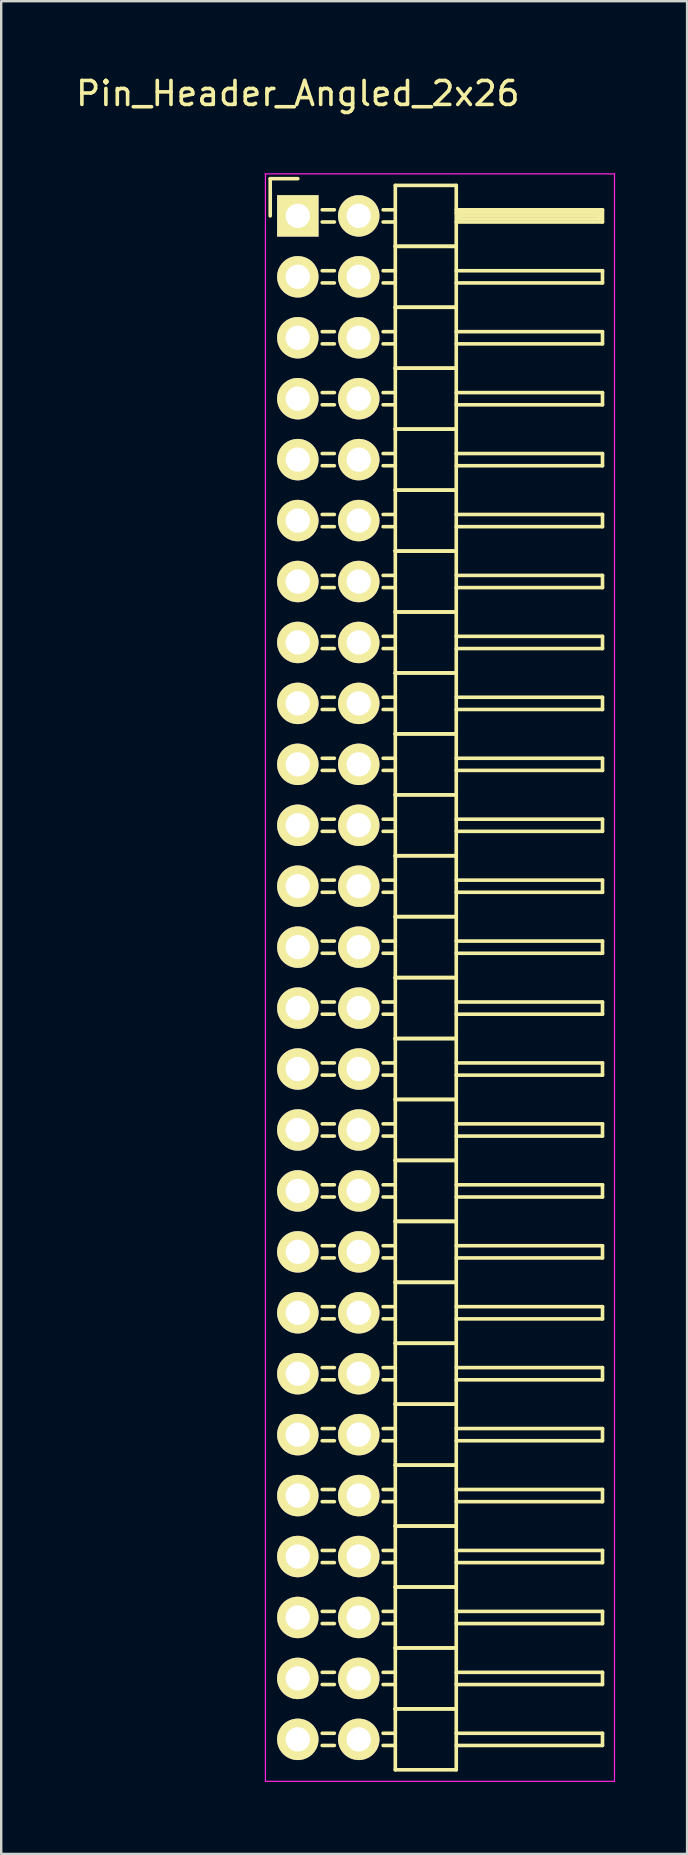
<source format=kicad_pcb>
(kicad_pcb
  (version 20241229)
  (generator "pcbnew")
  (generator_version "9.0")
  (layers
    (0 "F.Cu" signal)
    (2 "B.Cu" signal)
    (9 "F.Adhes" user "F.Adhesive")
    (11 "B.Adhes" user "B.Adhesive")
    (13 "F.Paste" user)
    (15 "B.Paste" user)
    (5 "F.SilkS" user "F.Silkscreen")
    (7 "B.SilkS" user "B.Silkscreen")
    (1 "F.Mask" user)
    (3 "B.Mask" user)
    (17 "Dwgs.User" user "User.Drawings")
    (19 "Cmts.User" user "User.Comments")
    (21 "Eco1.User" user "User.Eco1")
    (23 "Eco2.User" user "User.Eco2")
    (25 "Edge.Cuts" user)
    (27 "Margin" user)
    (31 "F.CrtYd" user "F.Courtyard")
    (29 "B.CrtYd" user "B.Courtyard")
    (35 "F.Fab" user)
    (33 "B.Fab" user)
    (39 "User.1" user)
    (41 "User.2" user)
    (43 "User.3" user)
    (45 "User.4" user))
  (footprint "Pin_Header_Angled_2x26"
    (layer "F.Cu")
    (at 9.363 5.948)
    (property "Reference" "Pin_Header_Angled_2x26" (at 0 -5.1 0) (layer "F.SilkS") (effects (font (size 1 1) (thickness 0.15))))
    (attr through_hole)
    (fp_line (start -1.15 -1.55) (end -1.15 0) (stroke (width 0.15) (type solid)) (layer "F.SilkS"))
    (fp_line (start 0 -1.55) (end -1.15 -1.55) (stroke (width 0.15) (type solid)) (layer "F.SilkS"))
    (fp_line (start 1.524 -0.254) (end 1.016 -0.254) (stroke (width 0.15) (type solid)) (layer "F.SilkS"))
    (fp_line (start 1.524 0.254) (end 1.016 0.254) (stroke (width 0.15) (type solid)) (layer "F.SilkS"))
    (fp_line (start 1.524 2.286) (end 1.016 2.286) (stroke (width 0.15) (type solid)) (layer "F.SilkS"))
    (fp_line (start 1.524 2.794) (end 1.016 2.794) (stroke (width 0.15) (type solid)) (layer "F.SilkS"))
    (fp_line (start 1.524 4.826) (end 1.016 4.826) (stroke (width 0.15) (type solid)) (layer "F.SilkS"))
    (fp_line (start 1.524 5.334) (end 1.016 5.334) (stroke (width 0.15) (type solid)) (layer "F.SilkS"))
    (fp_line (start 1.524 7.366) (end 1.016 7.366) (stroke (width 0.15) (type solid)) (layer "F.SilkS"))
    (fp_line (start 1.524 7.874) (end 1.016 7.874) (stroke (width 0.15) (type solid)) (layer "F.SilkS"))
    (fp_line (start 1.524 9.906) (end 1.016 9.906) (stroke (width 0.15) (type solid)) (layer "F.SilkS"))
    (fp_line (start 1.524 10.414) (end 1.016 10.414) (stroke (width 0.15) (type solid)) (layer "F.SilkS"))
    (fp_line (start 1.524 12.446) (end 1.016 12.446) (stroke (width 0.15) (type solid)) (layer "F.SilkS"))
    (fp_line (start 1.524 12.954) (end 1.016 12.954) (stroke (width 0.15) (type solid)) (layer "F.SilkS"))
    (fp_line (start 1.524 14.986) (end 1.016 14.986) (stroke (width 0.15) (type solid)) (layer "F.SilkS"))
    (fp_line (start 1.524 15.494) (end 1.016 15.494) (stroke (width 0.15) (type solid)) (layer "F.SilkS"))
    (fp_line (start 1.524 17.526) (end 1.016 17.526) (stroke (width 0.15) (type solid)) (layer "F.SilkS"))
    (fp_line (start 1.524 18.034) (end 1.016 18.034) (stroke (width 0.15) (type solid)) (layer "F.SilkS"))
    (fp_line (start 1.524 20.066) (end 1.016 20.066) (stroke (width 0.15) (type solid)) (layer "F.SilkS"))
    (fp_line (start 1.524 20.574) (end 1.016 20.574) (stroke (width 0.15) (type solid)) (layer "F.SilkS"))
    (fp_line (start 1.524 22.606) (end 1.016 22.606) (stroke (width 0.15) (type solid)) (layer "F.SilkS"))
    (fp_line (start 1.524 23.114) (end 1.016 23.114) (stroke (width 0.15) (type solid)) (layer "F.SilkS"))
    (fp_line (start 1.524 25.146) (end 1.016 25.146) (stroke (width 0.15) (type solid)) (layer "F.SilkS"))
    (fp_line (start 1.524 25.654) (end 1.016 25.654) (stroke (width 0.15) (type solid)) (layer "F.SilkS"))
    (fp_line (start 1.524 27.686) (end 1.016 27.686) (stroke (width 0.15) (type solid)) (layer "F.SilkS"))
    (fp_line (start 1.524 28.194) (end 1.016 28.194) (stroke (width 0.15) (type solid)) (layer "F.SilkS"))
    (fp_line (start 1.524 30.226) (end 1.016 30.226) (stroke (width 0.15) (type solid)) (layer "F.SilkS"))
    (fp_line (start 1.524 30.734) (end 1.016 30.734) (stroke (width 0.15) (type solid)) (layer "F.SilkS"))
    (fp_line (start 1.524 32.766) (end 1.016 32.766) (stroke (width 0.15) (type solid)) (layer "F.SilkS"))
    (fp_line (start 1.524 33.274) (end 1.016 33.274) (stroke (width 0.15) (type solid)) (layer "F.SilkS"))
    (fp_line (start 1.524 35.306) (end 1.016 35.306) (stroke (width 0.15) (type solid)) (layer "F.SilkS"))
    (fp_line (start 1.524 35.814) (end 1.016 35.814) (stroke (width 0.15) (type solid)) (layer "F.SilkS"))
    (fp_line (start 1.524 37.846) (end 1.016 37.846) (stroke (width 0.15) (type solid)) (layer "F.SilkS"))
    (fp_line (start 1.524 38.354) (end 1.016 38.354) (stroke (width 0.15) (type solid)) (layer "F.SilkS"))
    (fp_line (start 1.524 40.386) (end 1.016 40.386) (stroke (width 0.15) (type solid)) (layer "F.SilkS"))
    (fp_line (start 1.524 40.894) (end 1.016 40.894) (stroke (width 0.15) (type solid)) (layer "F.SilkS"))
    (fp_line (start 1.524 42.926) (end 1.016 42.926) (stroke (width 0.15) (type solid)) (layer "F.SilkS"))
    (fp_line (start 1.524 43.434) (end 1.016 43.434) (stroke (width 0.15) (type solid)) (layer "F.SilkS"))
    (fp_line (start 1.524 45.466) (end 1.016 45.466) (stroke (width 0.15) (type solid)) (layer "F.SilkS"))
    (fp_line (start 1.524 45.974) (end 1.016 45.974) (stroke (width 0.15) (type solid)) (layer "F.SilkS"))
    (fp_line (start 1.524 48.006) (end 1.016 48.006) (stroke (width 0.15) (type solid)) (layer "F.SilkS"))
    (fp_line (start 1.524 48.514) (end 1.016 48.514) (stroke (width 0.15) (type solid)) (layer "F.SilkS"))
    (fp_line (start 1.524 50.546) (end 1.016 50.546) (stroke (width 0.15) (type solid)) (layer "F.SilkS"))
    (fp_line (start 1.524 51.054) (end 1.016 51.054) (stroke (width 0.15) (type solid)) (layer "F.SilkS"))
    (fp_line (start 1.524 53.086) (end 1.016 53.086) (stroke (width 0.15) (type solid)) (layer "F.SilkS"))
    (fp_line (start 1.524 53.594) (end 1.016 53.594) (stroke (width 0.15) (type solid)) (layer "F.SilkS"))
    (fp_line (start 1.524 55.626) (end 1.016 55.626) (stroke (width 0.15) (type solid)) (layer "F.SilkS"))
    (fp_line (start 1.524 56.134) (end 1.016 56.134) (stroke (width 0.15) (type solid)) (layer "F.SilkS"))
    (fp_line (start 1.524 58.166) (end 1.016 58.166) (stroke (width 0.15) (type solid)) (layer "F.SilkS"))
    (fp_line (start 1.524 58.674) (end 1.016 58.674) (stroke (width 0.15) (type solid)) (layer "F.SilkS"))
    (fp_line (start 1.524 60.706) (end 1.016 60.706) (stroke (width 0.15) (type solid)) (layer "F.SilkS"))
    (fp_line (start 1.524 61.214) (end 1.016 61.214) (stroke (width 0.15) (type solid)) (layer "F.SilkS"))
    (fp_line (start 1.524 63.246) (end 1.016 63.246) (stroke (width 0.15) (type solid)) (layer "F.SilkS"))
    (fp_line (start 1.524 63.754) (end 1.016 63.754) (stroke (width 0.15) (type solid)) (layer "F.SilkS"))
    (fp_line (start 4.064 -1.27) (end 4.064 1.27) (stroke (width 0.15) (type solid)) (layer "F.SilkS"))
    (fp_line (start 4.064 -1.27) (end 6.604 -1.27) (stroke (width 0.15) (type solid)) (layer "F.SilkS"))
    (fp_line (start 4.064 -0.254) (end 3.556 -0.254) (stroke (width 0.15) (type solid)) (layer "F.SilkS"))
    (fp_line (start 4.064 0.254) (end 3.556 0.254) (stroke (width 0.15) (type solid)) (layer "F.SilkS"))
    (fp_line (start 4.064 1.27) (end 4.064 3.81) (stroke (width 0.15) (type solid)) (layer "F.SilkS"))
    (fp_line (start 4.064 1.27) (end 6.604 1.27) (stroke (width 0.15) (type solid)) (layer "F.SilkS"))
    (fp_line (start 4.064 1.27) (end 6.604 1.27) (stroke (width 0.15) (type solid)) (layer "F.SilkS"))
    (fp_line (start 4.064 2.286) (end 3.556 2.286) (stroke (width 0.15) (type solid)) (layer "F.SilkS"))
    (fp_line (start 4.064 2.794) (end 3.556 2.794) (stroke (width 0.15) (type solid)) (layer "F.SilkS"))
    (fp_line (start 4.064 3.81) (end 4.064 6.35) (stroke (width 0.15) (type solid)) (layer "F.SilkS"))
    (fp_line (start 4.064 3.81) (end 6.604 3.81) (stroke (width 0.15) (type solid)) (layer "F.SilkS"))
    (fp_line (start 4.064 3.81) (end 6.604 3.81) (stroke (width 0.15) (type solid)) (layer "F.SilkS"))
    (fp_line (start 4.064 4.826) (end 3.556 4.826) (stroke (width 0.15) (type solid)) (layer "F.SilkS"))
    (fp_line (start 4.064 5.334) (end 3.556 5.334) (stroke (width 0.15) (type solid)) (layer "F.SilkS"))
    (fp_line (start 4.064 6.35) (end 4.064 8.89) (stroke (width 0.15) (type solid)) (layer "F.SilkS"))
    (fp_line (start 4.064 6.35) (end 6.604 6.35) (stroke (width 0.15) (type solid)) (layer "F.SilkS"))
    (fp_line (start 4.064 6.35) (end 6.604 6.35) (stroke (width 0.15) (type solid)) (layer "F.SilkS"))
    (fp_line (start 4.064 7.366) (end 3.556 7.366) (stroke (width 0.15) (type solid)) (layer "F.SilkS"))
    (fp_line (start 4.064 7.874) (end 3.556 7.874) (stroke (width 0.15) (type solid)) (layer "F.SilkS"))
    (fp_line (start 4.064 8.89) (end 4.064 11.43) (stroke (width 0.15) (type solid)) (layer "F.SilkS"))
    (fp_line (start 4.064 8.89) (end 6.604 8.89) (stroke (width 0.15) (type solid)) (layer "F.SilkS"))
    (fp_line (start 4.064 8.89) (end 6.604 8.89) (stroke (width 0.15) (type solid)) (layer "F.SilkS"))
    (fp_line (start 4.064 9.906) (end 3.556 9.906) (stroke (width 0.15) (type solid)) (layer "F.SilkS"))
    (fp_line (start 4.064 10.414) (end 3.556 10.414) (stroke (width 0.15) (type solid)) (layer "F.SilkS"))
    (fp_line (start 4.064 11.43) (end 4.064 13.97) (stroke (width 0.15) (type solid)) (layer "F.SilkS"))
    (fp_line (start 4.064 11.43) (end 6.604 11.43) (stroke (width 0.15) (type solid)) (layer "F.SilkS"))
    (fp_line (start 4.064 11.43) (end 6.604 11.43) (stroke (width 0.15) (type solid)) (layer "F.SilkS"))
    (fp_line (start 4.064 12.446) (end 3.556 12.446) (stroke (width 0.15) (type solid)) (layer "F.SilkS"))
    (fp_line (start 4.064 12.954) (end 3.556 12.954) (stroke (width 0.15) (type solid)) (layer "F.SilkS"))
    (fp_line (start 4.064 13.97) (end 4.064 16.51) (stroke (width 0.15) (type solid)) (layer "F.SilkS"))
    (fp_line (start 4.064 13.97) (end 6.604 13.97) (stroke (width 0.15) (type solid)) (layer "F.SilkS"))
    (fp_line (start 4.064 13.97) (end 6.604 13.97) (stroke (width 0.15) (type solid)) (layer "F.SilkS"))
    (fp_line (start 4.064 14.986) (end 3.556 14.986) (stroke (width 0.15) (type solid)) (layer "F.SilkS"))
    (fp_line (start 4.064 15.494) (end 3.556 15.494) (stroke (width 0.15) (type solid)) (layer "F.SilkS"))
    (fp_line (start 4.064 16.51) (end 4.064 19.05) (stroke (width 0.15) (type solid)) (layer "F.SilkS"))
    (fp_line (start 4.064 16.51) (end 6.604 16.51) (stroke (width 0.15) (type solid)) (layer "F.SilkS"))
    (fp_line (start 4.064 16.51) (end 6.604 16.51) (stroke (width 0.15) (type solid)) (layer "F.SilkS"))
    (fp_line (start 4.064 17.526) (end 3.556 17.526) (stroke (width 0.15) (type solid)) (layer "F.SilkS"))
    (fp_line (start 4.064 18.034) (end 3.556 18.034) (stroke (width 0.15) (type solid)) (layer "F.SilkS"))
    (fp_line (start 4.064 19.05) (end 4.064 21.59) (stroke (width 0.15) (type solid)) (layer "F.SilkS"))
    (fp_line (start 4.064 19.05) (end 6.604 19.05) (stroke (width 0.15) (type solid)) (layer "F.SilkS"))
    (fp_line (start 4.064 19.05) (end 6.604 19.05) (stroke (width 0.15) (type solid)) (layer "F.SilkS"))
    (fp_line (start 4.064 20.066) (end 3.556 20.066) (stroke (width 0.15) (type solid)) (layer "F.SilkS"))
    (fp_line (start 4.064 20.574) (end 3.556 20.574) (stroke (width 0.15) (type solid)) (layer "F.SilkS"))
    (fp_line (start 4.064 21.59) (end 4.064 24.13) (stroke (width 0.15) (type solid)) (layer "F.SilkS"))
    (fp_line (start 4.064 21.59) (end 6.604 21.59) (stroke (width 0.15) (type solid)) (layer "F.SilkS"))
    (fp_line (start 4.064 21.59) (end 6.604 21.59) (stroke (width 0.15) (type solid)) (layer "F.SilkS"))
    (fp_line (start 4.064 22.606) (end 3.556 22.606) (stroke (width 0.15) (type solid)) (layer "F.SilkS"))
    (fp_line (start 4.064 23.114) (end 3.556 23.114) (stroke (width 0.15) (type solid)) (layer "F.SilkS"))
    (fp_line (start 4.064 24.13) (end 4.064 26.67) (stroke (width 0.15) (type solid)) (layer "F.SilkS"))
    (fp_line (start 4.064 24.13) (end 6.604 24.13) (stroke (width 0.15) (type solid)) (layer "F.SilkS"))
    (fp_line (start 4.064 24.13) (end 6.604 24.13) (stroke (width 0.15) (type solid)) (layer "F.SilkS"))
    (fp_line (start 4.064 25.146) (end 3.556 25.146) (stroke (width 0.15) (type solid)) (layer "F.SilkS"))
    (fp_line (start 4.064 25.654) (end 3.556 25.654) (stroke (width 0.15) (type solid)) (layer "F.SilkS"))
    (fp_line (start 4.064 26.67) (end 4.064 29.21) (stroke (width 0.15) (type solid)) (layer "F.SilkS"))
    (fp_line (start 4.064 26.67) (end 6.604 26.67) (stroke (width 0.15) (type solid)) (layer "F.SilkS"))
    (fp_line (start 4.064 26.67) (end 6.604 26.67) (stroke (width 0.15) (type solid)) (layer "F.SilkS"))
    (fp_line (start 4.064 27.686) (end 3.556 27.686) (stroke (width 0.15) (type solid)) (layer "F.SilkS"))
    (fp_line (start 4.064 28.194) (end 3.556 28.194) (stroke (width 0.15) (type solid)) (layer "F.SilkS"))
    (fp_line (start 4.064 29.21) (end 4.064 31.75) (stroke (width 0.15) (type solid)) (layer "F.SilkS"))
    (fp_line (start 4.064 29.21) (end 6.604 29.21) (stroke (width 0.15) (type solid)) (layer "F.SilkS"))
    (fp_line (start 4.064 29.21) (end 6.604 29.21) (stroke (width 0.15) (type solid)) (layer "F.SilkS"))
    (fp_line (start 4.064 30.226) (end 3.556 30.226) (stroke (width 0.15) (type solid)) (layer "F.SilkS"))
    (fp_line (start 4.064 30.734) (end 3.556 30.734) (stroke (width 0.15) (type solid)) (layer "F.SilkS"))
    (fp_line (start 4.064 31.75) (end 4.064 34.29) (stroke (width 0.15) (type solid)) (layer "F.SilkS"))
    (fp_line (start 4.064 31.75) (end 6.604 31.75) (stroke (width 0.15) (type solid)) (layer "F.SilkS"))
    (fp_line (start 4.064 31.75) (end 6.604 31.75) (stroke (width 0.15) (type solid)) (layer "F.SilkS"))
    (fp_line (start 4.064 32.766) (end 3.556 32.766) (stroke (width 0.15) (type solid)) (layer "F.SilkS"))
    (fp_line (start 4.064 33.274) (end 3.556 33.274) (stroke (width 0.15) (type solid)) (layer "F.SilkS"))
    (fp_line (start 4.064 34.29) (end 4.064 36.83) (stroke (width 0.15) (type solid)) (layer "F.SilkS"))
    (fp_line (start 4.064 34.29) (end 6.604 34.29) (stroke (width 0.15) (type solid)) (layer "F.SilkS"))
    (fp_line (start 4.064 34.29) (end 6.604 34.29) (stroke (width 0.15) (type solid)) (layer "F.SilkS"))
    (fp_line (start 4.064 35.306) (end 3.556 35.306) (stroke (width 0.15) (type solid)) (layer "F.SilkS"))
    (fp_line (start 4.064 35.814) (end 3.556 35.814) (stroke (width 0.15) (type solid)) (layer "F.SilkS"))
    (fp_line (start 4.064 36.83) (end 4.064 39.37) (stroke (width 0.15) (type solid)) (layer "F.SilkS"))
    (fp_line (start 4.064 36.83) (end 6.604 36.83) (stroke (width 0.15) (type solid)) (layer "F.SilkS"))
    (fp_line (start 4.064 36.83) (end 6.604 36.83) (stroke (width 0.15) (type solid)) (layer "F.SilkS"))
    (fp_line (start 4.064 37.846) (end 3.556 37.846) (stroke (width 0.15) (type solid)) (layer "F.SilkS"))
    (fp_line (start 4.064 38.354) (end 3.556 38.354) (stroke (width 0.15) (type solid)) (layer "F.SilkS"))
    (fp_line (start 4.064 39.37) (end 4.064 41.91) (stroke (width 0.15) (type solid)) (layer "F.SilkS"))
    (fp_line (start 4.064 39.37) (end 6.604 39.37) (stroke (width 0.15) (type solid)) (layer "F.SilkS"))
    (fp_line (start 4.064 39.37) (end 6.604 39.37) (stroke (width 0.15) (type solid)) (layer "F.SilkS"))
    (fp_line (start 4.064 40.386) (end 3.556 40.386) (stroke (width 0.15) (type solid)) (layer "F.SilkS"))
    (fp_line (start 4.064 40.894) (end 3.556 40.894) (stroke (width 0.15) (type solid)) (layer "F.SilkS"))
    (fp_line (start 4.064 41.91) (end 4.064 44.45) (stroke (width 0.15) (type solid)) (layer "F.SilkS"))
    (fp_line (start 4.064 41.91) (end 6.604 41.91) (stroke (width 0.15) (type solid)) (layer "F.SilkS"))
    (fp_line (start 4.064 41.91) (end 6.604 41.91) (stroke (width 0.15) (type solid)) (layer "F.SilkS"))
    (fp_line (start 4.064 42.926) (end 3.556 42.926) (stroke (width 0.15) (type solid)) (layer "F.SilkS"))
    (fp_line (start 4.064 43.434) (end 3.556 43.434) (stroke (width 0.15) (type solid)) (layer "F.SilkS"))
    (fp_line (start 4.064 44.45) (end 4.064 46.99) (stroke (width 0.15) (type solid)) (layer "F.SilkS"))
    (fp_line (start 4.064 44.45) (end 6.604 44.45) (stroke (width 0.15) (type solid)) (layer "F.SilkS"))
    (fp_line (start 4.064 44.45) (end 6.604 44.45) (stroke (width 0.15) (type solid)) (layer "F.SilkS"))
    (fp_line (start 4.064 45.466) (end 3.556 45.466) (stroke (width 0.15) (type solid)) (layer "F.SilkS"))
    (fp_line (start 4.064 45.974) (end 3.556 45.974) (stroke (width 0.15) (type solid)) (layer "F.SilkS"))
    (fp_line (start 4.064 46.99) (end 4.064 49.53) (stroke (width 0.15) (type solid)) (layer "F.SilkS"))
    (fp_line (start 4.064 46.99) (end 6.604 46.99) (stroke (width 0.15) (type solid)) (layer "F.SilkS"))
    (fp_line (start 4.064 46.99) (end 6.604 46.99) (stroke (width 0.15) (type solid)) (layer "F.SilkS"))
    (fp_line (start 4.064 48.006) (end 3.556 48.006) (stroke (width 0.15) (type solid)) (layer "F.SilkS"))
    (fp_line (start 4.064 48.514) (end 3.556 48.514) (stroke (width 0.15) (type solid)) (layer "F.SilkS"))
    (fp_line (start 4.064 49.53) (end 4.064 52.07) (stroke (width 0.15) (type solid)) (layer "F.SilkS"))
    (fp_line (start 4.064 49.53) (end 6.604 49.53) (stroke (width 0.15) (type solid)) (layer "F.SilkS"))
    (fp_line (start 4.064 49.53) (end 6.604 49.53) (stroke (width 0.15) (type solid)) (layer "F.SilkS"))
    (fp_line (start 4.064 50.546) (end 3.556 50.546) (stroke (width 0.15) (type solid)) (layer "F.SilkS"))
    (fp_line (start 4.064 51.054) (end 3.556 51.054) (stroke (width 0.15) (type solid)) (layer "F.SilkS"))
    (fp_line (start 4.064 52.07) (end 4.064 54.61) (stroke (width 0.15) (type solid)) (layer "F.SilkS"))
    (fp_line (start 4.064 52.07) (end 6.604 52.07) (stroke (width 0.15) (type solid)) (layer "F.SilkS"))
    (fp_line (start 4.064 52.07) (end 6.604 52.07) (stroke (width 0.15) (type solid)) (layer "F.SilkS"))
    (fp_line (start 4.064 53.086) (end 3.556 53.086) (stroke (width 0.15) (type solid)) (layer "F.SilkS"))
    (fp_line (start 4.064 53.594) (end 3.556 53.594) (stroke (width 0.15) (type solid)) (layer "F.SilkS"))
    (fp_line (start 4.064 54.61) (end 4.064 57.15) (stroke (width 0.15) (type solid)) (layer "F.SilkS"))
    (fp_line (start 4.064 54.61) (end 6.604 54.61) (stroke (width 0.15) (type solid)) (layer "F.SilkS"))
    (fp_line (start 4.064 54.61) (end 6.604 54.61) (stroke (width 0.15) (type solid)) (layer "F.SilkS"))
    (fp_line (start 4.064 55.626) (end 3.556 55.626) (stroke (width 0.15) (type solid)) (layer "F.SilkS"))
    (fp_line (start 4.064 56.134) (end 3.556 56.134) (stroke (width 0.15) (type solid)) (layer "F.SilkS"))
    (fp_line (start 4.064 57.15) (end 4.064 59.69) (stroke (width 0.15) (type solid)) (layer "F.SilkS"))
    (fp_line (start 4.064 57.15) (end 6.604 57.15) (stroke (width 0.15) (type solid)) (layer "F.SilkS"))
    (fp_line (start 4.064 57.15) (end 6.604 57.15) (stroke (width 0.15) (type solid)) (layer "F.SilkS"))
    (fp_line (start 4.064 58.166) (end 3.556 58.166) (stroke (width 0.15) (type solid)) (layer "F.SilkS"))
    (fp_line (start 4.064 58.674) (end 3.556 58.674) (stroke (width 0.15) (type solid)) (layer "F.SilkS"))
    (fp_line (start 4.064 59.69) (end 4.064 62.23) (stroke (width 0.15) (type solid)) (layer "F.SilkS"))
    (fp_line (start 4.064 59.69) (end 6.604 59.69) (stroke (width 0.15) (type solid)) (layer "F.SilkS"))
    (fp_line (start 4.064 59.69) (end 6.604 59.69) (stroke (width 0.15) (type solid)) (layer "F.SilkS"))
    (fp_line (start 4.064 60.706) (end 3.556 60.706) (stroke (width 0.15) (type solid)) (layer "F.SilkS"))
    (fp_line (start 4.064 61.214) (end 3.556 61.214) (stroke (width 0.15) (type solid)) (layer "F.SilkS"))
    (fp_line (start 4.064 62.23) (end 4.064 64.77) (stroke (width 0.15) (type solid)) (layer "F.SilkS"))
    (fp_line (start 4.064 62.23) (end 6.604 62.23) (stroke (width 0.15) (type solid)) (layer "F.SilkS"))
    (fp_line (start 4.064 62.23) (end 6.604 62.23) (stroke (width 0.15) (type solid)) (layer "F.SilkS"))
    (fp_line (start 4.064 63.246) (end 3.556 63.246) (stroke (width 0.15) (type solid)) (layer "F.SilkS"))
    (fp_line (start 4.064 63.754) (end 3.556 63.754) (stroke (width 0.15) (type solid)) (layer "F.SilkS"))
    (fp_line (start 4.064 64.77) (end 6.604 64.77) (stroke (width 0.15) (type solid)) (layer "F.SilkS"))
    (fp_line (start 6.604 -0.254) (end 12.7 -0.254) (stroke (width 0.15) (type solid)) (layer "F.SilkS"))
    (fp_line (start 6.604 -0.127) (end 12.573 -0.127) (stroke (width 0.15) (type solid)) (layer "F.SilkS"))
    (fp_line (start 6.604 1.27) (end 6.604 -1.27) (stroke (width 0.15) (type solid)) (layer "F.SilkS"))
    (fp_line (start 6.604 2.286) (end 12.7 2.286) (stroke (width 0.15) (type solid)) (layer "F.SilkS"))
    (fp_line (start 6.604 3.81) (end 6.604 1.27) (stroke (width 0.15) (type solid)) (layer "F.SilkS"))
    (fp_line (start 6.604 4.826) (end 12.7 4.826) (stroke (width 0.15) (type solid)) (layer "F.SilkS"))
    (fp_line (start 6.604 6.35) (end 6.604 3.81) (stroke (width 0.15) (type solid)) (layer "F.SilkS"))
    (fp_line (start 6.604 7.366) (end 12.7 7.366) (stroke (width 0.15) (type solid)) (layer "F.SilkS"))
    (fp_line (start 6.604 8.89) (end 6.604 6.35) (stroke (width 0.15) (type solid)) (layer "F.SilkS"))
    (fp_line (start 6.604 9.906) (end 12.7 9.906) (stroke (width 0.15) (type solid)) (layer "F.SilkS"))
    (fp_line (start 6.604 11.43) (end 6.604 8.89) (stroke (width 0.15) (type solid)) (layer "F.SilkS"))
    (fp_line (start 6.604 12.446) (end 12.7 12.446) (stroke (width 0.15) (type solid)) (layer "F.SilkS"))
    (fp_line (start 6.604 13.97) (end 6.604 11.43) (stroke (width 0.15) (type solid)) (layer "F.SilkS"))
    (fp_line (start 6.604 14.986) (end 12.7 14.986) (stroke (width 0.15) (type solid)) (layer "F.SilkS"))
    (fp_line (start 6.604 16.51) (end 6.604 13.97) (stroke (width 0.15) (type solid)) (layer "F.SilkS"))
    (fp_line (start 6.604 17.526) (end 12.7 17.526) (stroke (width 0.15) (type solid)) (layer "F.SilkS"))
    (fp_line (start 6.604 19.05) (end 6.604 16.51) (stroke (width 0.15) (type solid)) (layer "F.SilkS"))
    (fp_line (start 6.604 20.066) (end 12.7 20.066) (stroke (width 0.15) (type solid)) (layer "F.SilkS"))
    (fp_line (start 6.604 21.59) (end 6.604 19.05) (stroke (width 0.15) (type solid)) (layer "F.SilkS"))
    (fp_line (start 6.604 22.606) (end 12.7 22.606) (stroke (width 0.15) (type solid)) (layer "F.SilkS"))
    (fp_line (start 6.604 24.13) (end 6.604 21.59) (stroke (width 0.15) (type solid)) (layer "F.SilkS"))
    (fp_line (start 6.604 25.146) (end 12.7 25.146) (stroke (width 0.15) (type solid)) (layer "F.SilkS"))
    (fp_line (start 6.604 26.67) (end 6.604 24.13) (stroke (width 0.15) (type solid)) (layer "F.SilkS"))
    (fp_line (start 6.604 27.686) (end 12.7 27.686) (stroke (width 0.15) (type solid)) (layer "F.SilkS"))
    (fp_line (start 6.604 29.21) (end 6.604 26.67) (stroke (width 0.15) (type solid)) (layer "F.SilkS"))
    (fp_line (start 6.604 30.226) (end 12.7 30.226) (stroke (width 0.15) (type solid)) (layer "F.SilkS"))
    (fp_line (start 6.604 31.75) (end 6.604 29.21) (stroke (width 0.15) (type solid)) (layer "F.SilkS"))
    (fp_line (start 6.604 32.766) (end 12.7 32.766) (stroke (width 0.15) (type solid)) (layer "F.SilkS"))
    (fp_line (start 6.604 34.29) (end 6.604 31.75) (stroke (width 0.15) (type solid)) (layer "F.SilkS"))
    (fp_line (start 6.604 35.306) (end 12.7 35.306) (stroke (width 0.15) (type solid)) (layer "F.SilkS"))
    (fp_line (start 6.604 36.83) (end 6.604 34.29) (stroke (width 0.15) (type solid)) (layer "F.SilkS"))
    (fp_line (start 6.604 37.846) (end 12.7 37.846) (stroke (width 0.15) (type solid)) (layer "F.SilkS"))
    (fp_line (start 6.604 39.37) (end 6.604 36.83) (stroke (width 0.15) (type solid)) (layer "F.SilkS"))
    (fp_line (start 6.604 40.386) (end 12.7 40.386) (stroke (width 0.15) (type solid)) (layer "F.SilkS"))
    (fp_line (start 6.604 41.91) (end 6.604 39.37) (stroke (width 0.15) (type solid)) (layer "F.SilkS"))
    (fp_line (start 6.604 42.926) (end 12.7 42.926) (stroke (width 0.15) (type solid)) (layer "F.SilkS"))
    (fp_line (start 6.604 44.45) (end 6.604 41.91) (stroke (width 0.15) (type solid)) (layer "F.SilkS"))
    (fp_line (start 6.604 45.466) (end 12.7 45.466) (stroke (width 0.15) (type solid)) (layer "F.SilkS"))
    (fp_line (start 6.604 46.99) (end 6.604 44.45) (stroke (width 0.15) (type solid)) (layer "F.SilkS"))
    (fp_line (start 6.604 48.006) (end 12.7 48.006) (stroke (width 0.15) (type solid)) (layer "F.SilkS"))
    (fp_line (start 6.604 49.53) (end 6.604 46.99) (stroke (width 0.15) (type solid)) (layer "F.SilkS"))
    (fp_line (start 6.604 50.546) (end 12.7 50.546) (stroke (width 0.15) (type solid)) (layer "F.SilkS"))
    (fp_line (start 6.604 52.07) (end 6.604 49.53) (stroke (width 0.15) (type solid)) (layer "F.SilkS"))
    (fp_line (start 6.604 53.086) (end 12.7 53.086) (stroke (width 0.15) (type solid)) (layer "F.SilkS"))
    (fp_line (start 6.604 54.61) (end 6.604 52.07) (stroke (width 0.15) (type solid)) (layer "F.SilkS"))
    (fp_line (start 6.604 55.626) (end 12.7 55.626) (stroke (width 0.15) (type solid)) (layer "F.SilkS"))
    (fp_line (start 6.604 57.15) (end 6.604 54.61) (stroke (width 0.15) (type solid)) (layer "F.SilkS"))
    (fp_line (start 6.604 58.166) (end 12.7 58.166) (stroke (width 0.15) (type solid)) (layer "F.SilkS"))
    (fp_line (start 6.604 59.69) (end 6.604 57.15) (stroke (width 0.15) (type solid)) (layer "F.SilkS"))
    (fp_line (start 6.604 60.706) (end 12.7 60.706) (stroke (width 0.15) (type solid)) (layer "F.SilkS"))
    (fp_line (start 6.604 62.23) (end 6.604 59.69) (stroke (width 0.15) (type solid)) (layer "F.SilkS"))
    (fp_line (start 6.604 63.246) (end 12.7 63.246) (stroke (width 0.15) (type solid)) (layer "F.SilkS"))
    (fp_line (start 6.604 64.77) (end 6.604 62.23) (stroke (width 0.15) (type solid)) (layer "F.SilkS"))
    (fp_line (start 6.731 0) (end 12.573 0) (stroke (width 0.15) (type solid)) (layer "F.SilkS"))
    (fp_line (start 6.731 0.127) (end 6.731 0) (stroke (width 0.15) (type solid)) (layer "F.SilkS"))
    (fp_line (start 12.573 -0.127) (end 12.573 0.127) (stroke (width 0.15) (type solid)) (layer "F.SilkS"))
    (fp_line (start 12.573 0.127) (end 6.731 0.127) (stroke (width 0.15) (type solid)) (layer "F.SilkS"))
    (fp_line (start 12.7 -0.254) (end 12.7 0.254) (stroke (width 0.15) (type solid)) (layer "F.SilkS"))
    (fp_line (start 12.7 0.254) (end 6.604 0.254) (stroke (width 0.15) (type solid)) (layer "F.SilkS"))
    (fp_line (start 12.7 2.286) (end 12.7 2.794) (stroke (width 0.15) (type solid)) (layer "F.SilkS"))
    (fp_line (start 12.7 2.794) (end 6.604 2.794) (stroke (width 0.15) (type solid)) (layer "F.SilkS"))
    (fp_line (start 12.7 4.826) (end 12.7 5.334) (stroke (width 0.15) (type solid)) (layer "F.SilkS"))
    (fp_line (start 12.7 5.334) (end 6.604 5.334) (stroke (width 0.15) (type solid)) (layer "F.SilkS"))
    (fp_line (start 12.7 7.366) (end 12.7 7.874) (stroke (width 0.15) (type solid)) (layer "F.SilkS"))
    (fp_line (start 12.7 7.874) (end 6.604 7.874) (stroke (width 0.15) (type solid)) (layer "F.SilkS"))
    (fp_line (start 12.7 9.906) (end 12.7 10.414) (stroke (width 0.15) (type solid)) (layer "F.SilkS"))
    (fp_line (start 12.7 10.414) (end 6.604 10.414) (stroke (width 0.15) (type solid)) (layer "F.SilkS"))
    (fp_line (start 12.7 12.446) (end 12.7 12.954) (stroke (width 0.15) (type solid)) (layer "F.SilkS"))
    (fp_line (start 12.7 12.954) (end 6.604 12.954) (stroke (width 0.15) (type solid)) (layer "F.SilkS"))
    (fp_line (start 12.7 14.986) (end 12.7 15.494) (stroke (width 0.15) (type solid)) (layer "F.SilkS"))
    (fp_line (start 12.7 15.494) (end 6.604 15.494) (stroke (width 0.15) (type solid)) (layer "F.SilkS"))
    (fp_line (start 12.7 17.526) (end 12.7 18.034) (stroke (width 0.15) (type solid)) (layer "F.SilkS"))
    (fp_line (start 12.7 18.034) (end 6.604 18.034) (stroke (width 0.15) (type solid)) (layer "F.SilkS"))
    (fp_line (start 12.7 20.066) (end 12.7 20.574) (stroke (width 0.15) (type solid)) (layer "F.SilkS"))
    (fp_line (start 12.7 20.574) (end 6.604 20.574) (stroke (width 0.15) (type solid)) (layer "F.SilkS"))
    (fp_line (start 12.7 22.606) (end 12.7 23.114) (stroke (width 0.15) (type solid)) (layer "F.SilkS"))
    (fp_line (start 12.7 23.114) (end 6.604 23.114) (stroke (width 0.15) (type solid)) (layer "F.SilkS"))
    (fp_line (start 12.7 25.146) (end 12.7 25.654) (stroke (width 0.15) (type solid)) (layer "F.SilkS"))
    (fp_line (start 12.7 25.654) (end 6.604 25.654) (stroke (width 0.15) (type solid)) (layer "F.SilkS"))
    (fp_line (start 12.7 27.686) (end 12.7 28.194) (stroke (width 0.15) (type solid)) (layer "F.SilkS"))
    (fp_line (start 12.7 28.194) (end 6.604 28.194) (stroke (width 0.15) (type solid)) (layer "F.SilkS"))
    (fp_line (start 12.7 30.226) (end 12.7 30.734) (stroke (width 0.15) (type solid)) (layer "F.SilkS"))
    (fp_line (start 12.7 30.734) (end 6.604 30.734) (stroke (width 0.15) (type solid)) (layer "F.SilkS"))
    (fp_line (start 12.7 32.766) (end 12.7 33.274) (stroke (width 0.15) (type solid)) (layer "F.SilkS"))
    (fp_line (start 12.7 33.274) (end 6.604 33.274) (stroke (width 0.15) (type solid)) (layer "F.SilkS"))
    (fp_line (start 12.7 35.306) (end 12.7 35.814) (stroke (width 0.15) (type solid)) (layer "F.SilkS"))
    (fp_line (start 12.7 35.814) (end 6.604 35.814) (stroke (width 0.15) (type solid)) (layer "F.SilkS"))
    (fp_line (start 12.7 37.846) (end 12.7 38.354) (stroke (width 0.15) (type solid)) (layer "F.SilkS"))
    (fp_line (start 12.7 38.354) (end 6.604 38.354) (stroke (width 0.15) (type solid)) (layer "F.SilkS"))
    (fp_line (start 12.7 40.386) (end 12.7 40.894) (stroke (width 0.15) (type solid)) (layer "F.SilkS"))
    (fp_line (start 12.7 40.894) (end 6.604 40.894) (stroke (width 0.15) (type solid)) (layer "F.SilkS"))
    (fp_line (start 12.7 42.926) (end 12.7 43.434) (stroke (width 0.15) (type solid)) (layer "F.SilkS"))
    (fp_line (start 12.7 43.434) (end 6.604 43.434) (stroke (width 0.15) (type solid)) (layer "F.SilkS"))
    (fp_line (start 12.7 45.466) (end 12.7 45.974) (stroke (width 0.15) (type solid)) (layer "F.SilkS"))
    (fp_line (start 12.7 45.974) (end 6.604 45.974) (stroke (width 0.15) (type solid)) (layer "F.SilkS"))
    (fp_line (start 12.7 48.006) (end 12.7 48.514) (stroke (width 0.15) (type solid)) (layer "F.SilkS"))
    (fp_line (start 12.7 48.514) (end 6.604 48.514) (stroke (width 0.15) (type solid)) (layer "F.SilkS"))
    (fp_line (start 12.7 50.546) (end 12.7 51.054) (stroke (width 0.15) (type solid)) (layer "F.SilkS"))
    (fp_line (start 12.7 51.054) (end 6.604 51.054) (stroke (width 0.15) (type solid)) (layer "F.SilkS"))
    (fp_line (start 12.7 53.086) (end 12.7 53.594) (stroke (width 0.15) (type solid)) (layer "F.SilkS"))
    (fp_line (start 12.7 53.594) (end 6.604 53.594) (stroke (width 0.15) (type solid)) (layer "F.SilkS"))
    (fp_line (start 12.7 55.626) (end 12.7 56.134) (stroke (width 0.15) (type solid)) (layer "F.SilkS"))
    (fp_line (start 12.7 56.134) (end 6.604 56.134) (stroke (width 0.15) (type solid)) (layer "F.SilkS"))
    (fp_line (start 12.7 58.166) (end 12.7 58.674) (stroke (width 0.15) (type solid)) (layer "F.SilkS"))
    (fp_line (start 12.7 58.674) (end 6.604 58.674) (stroke (width 0.15) (type solid)) (layer "F.SilkS"))
    (fp_line (start 12.7 60.706) (end 12.7 61.214) (stroke (width 0.15) (type solid)) (layer "F.SilkS"))
    (fp_line (start 12.7 61.214) (end 6.604 61.214) (stroke (width 0.15) (type solid)) (layer "F.SilkS"))
    (fp_line (start 12.7 63.246) (end 12.7 63.754) (stroke (width 0.15) (type solid)) (layer "F.SilkS"))
    (fp_line (start 12.7 63.754) (end 6.604 63.754) (stroke (width 0.15) (type solid)) (layer "F.SilkS"))
    (fp_line (start -1.35 -1.75) (end -1.35 65.25) (stroke (width 0.05) (type solid)) (layer "F.CrtYd"))
    (fp_line (start -1.35 -1.75) (end 13.2 -1.75) (stroke (width 0.05) (type solid)) (layer "F.CrtYd"))
    (fp_line (start -1.35 65.25) (end 13.2 65.25) (stroke (width 0.05) (type solid)) (layer "F.CrtYd"))
    (fp_line (start 13.2 -1.75) (end 13.2 65.25) (stroke (width 0.05) (type solid)) (layer "F.CrtYd"))
    (pad "1" thru_hole rect (at 0 0) (size 1.727 1.727) (drill 1.016) (layers "*.Cu" "*.Mask" "F.SilkS"))
    (pad "2" thru_hole oval (at 2.54 0) (size 1.727 1.727) (drill 1.016) (layers "*.Cu" "*.Mask" "F.SilkS"))
    (pad "3" thru_hole oval (at 0 2.54) (size 1.727 1.727) (drill 1.016) (layers "*.Cu" "*.Mask" "F.SilkS"))
    (pad "4" thru_hole oval (at 2.54 2.54) (size 1.727 1.727) (drill 1.016) (layers "*.Cu" "*.Mask" "F.SilkS"))
    (pad "5" thru_hole oval (at 0 5.08) (size 1.727 1.727) (drill 1.016) (layers "*.Cu" "*.Mask" "F.SilkS"))
    (pad "6" thru_hole oval (at 2.54 5.08) (size 1.727 1.727) (drill 1.016) (layers "*.Cu" "*.Mask" "F.SilkS"))
    (pad "7" thru_hole oval (at 0 7.62) (size 1.727 1.727) (drill 1.016) (layers "*.Cu" "*.Mask" "F.SilkS"))
    (pad "8" thru_hole oval (at 2.54 7.62) (size 1.727 1.727) (drill 1.016) (layers "*.Cu" "*.Mask" "F.SilkS"))
    (pad "9" thru_hole oval (at 0 10.16) (size 1.727 1.727) (drill 1.016) (layers "*.Cu" "*.Mask" "F.SilkS"))
    (pad "10" thru_hole oval (at 2.54 10.16) (size 1.727 1.727) (drill 1.016) (layers "*.Cu" "*.Mask" "F.SilkS"))
    (pad "11" thru_hole oval (at 0 12.7) (size 1.727 1.727) (drill 1.016) (layers "*.Cu" "*.Mask" "F.SilkS"))
    (pad "12" thru_hole oval (at 2.54 12.7) (size 1.727 1.727) (drill 1.016) (layers "*.Cu" "*.Mask" "F.SilkS"))
    (pad "13" thru_hole oval (at 0 15.24) (size 1.727 1.727) (drill 1.016) (layers "*.Cu" "*.Mask" "F.SilkS"))
    (pad "14" thru_hole oval (at 2.54 15.24) (size 1.727 1.727) (drill 1.016) (layers "*.Cu" "*.Mask" "F.SilkS"))
    (pad "15" thru_hole oval (at 0 17.78) (size 1.727 1.727) (drill 1.016) (layers "*.Cu" "*.Mask" "F.SilkS"))
    (pad "16" thru_hole oval (at 2.54 17.78) (size 1.727 1.727) (drill 1.016) (layers "*.Cu" "*.Mask" "F.SilkS"))
    (pad "17" thru_hole oval (at 0 20.32) (size 1.727 1.727) (drill 1.016) (layers "*.Cu" "*.Mask" "F.SilkS"))
    (pad "18" thru_hole oval (at 2.54 20.32) (size 1.727 1.727) (drill 1.016) (layers "*.Cu" "*.Mask" "F.SilkS"))
    (pad "19" thru_hole oval (at 0 22.86) (size 1.727 1.727) (drill 1.016) (layers "*.Cu" "*.Mask" "F.SilkS"))
    (pad "20" thru_hole oval (at 2.54 22.86) (size 1.727 1.727) (drill 1.016) (layers "*.Cu" "*.Mask" "F.SilkS"))
    (pad "21" thru_hole oval (at 0 25.4) (size 1.727 1.727) (drill 1.016) (layers "*.Cu" "*.Mask" "F.SilkS"))
    (pad "22" thru_hole oval (at 2.54 25.4) (size 1.727 1.727) (drill 1.016) (layers "*.Cu" "*.Mask" "F.SilkS"))
    (pad "23" thru_hole oval (at 0 27.94) (size 1.727 1.727) (drill 1.016) (layers "*.Cu" "*.Mask" "F.SilkS"))
    (pad "24" thru_hole oval (at 2.54 27.94) (size 1.727 1.727) (drill 1.016) (layers "*.Cu" "*.Mask" "F.SilkS"))
    (pad "25" thru_hole oval (at 0 30.48) (size 1.727 1.727) (drill 1.016) (layers "*.Cu" "*.Mask" "F.SilkS"))
    (pad "26" thru_hole oval (at 2.54 30.48) (size 1.727 1.727) (drill 1.016) (layers "*.Cu" "*.Mask" "F.SilkS"))
    (pad "27" thru_hole oval (at 0 33.02) (size 1.727 1.727) (drill 1.016) (layers "*.Cu" "*.Mask" "F.SilkS"))
    (pad "28" thru_hole oval (at 2.54 33.02) (size 1.727 1.727) (drill 1.016) (layers "*.Cu" "*.Mask" "F.SilkS"))
    (pad "29" thru_hole oval (at 0 35.56) (size 1.727 1.727) (drill 1.016) (layers "*.Cu" "*.Mask" "F.SilkS"))
    (pad "30" thru_hole oval (at 2.54 35.56) (size 1.727 1.727) (drill 1.016) (layers "*.Cu" "*.Mask" "F.SilkS"))
    (pad "31" thru_hole oval (at 0 38.1) (size 1.727 1.727) (drill 1.016) (layers "*.Cu" "*.Mask" "F.SilkS"))
    (pad "32" thru_hole oval (at 2.54 38.1) (size 1.727 1.727) (drill 1.016) (layers "*.Cu" "*.Mask" "F.SilkS"))
    (pad "33" thru_hole oval (at 0 40.64) (size 1.727 1.727) (drill 1.016) (layers "*.Cu" "*.Mask" "F.SilkS"))
    (pad "34" thru_hole oval (at 2.54 40.64) (size 1.727 1.727) (drill 1.016) (layers "*.Cu" "*.Mask" "F.SilkS"))
    (pad "35" thru_hole oval (at 0 43.18) (size 1.727 1.727) (drill 1.016) (layers "*.Cu" "*.Mask" "F.SilkS"))
    (pad "36" thru_hole oval (at 2.54 43.18) (size 1.727 1.727) (drill 1.016) (layers "*.Cu" "*.Mask" "F.SilkS"))
    (pad "37" thru_hole oval (at 0 45.72) (size 1.727 1.727) (drill 1.016) (layers "*.Cu" "*.Mask" "F.SilkS"))
    (pad "38" thru_hole oval (at 2.54 45.72) (size 1.727 1.727) (drill 1.016) (layers "*.Cu" "*.Mask" "F.SilkS"))
    (pad "39" thru_hole oval (at 0 48.26) (size 1.727 1.727) (drill 1.016) (layers "*.Cu" "*.Mask" "F.SilkS"))
    (pad "40" thru_hole oval (at 2.54 48.26) (size 1.727 1.727) (drill 1.016) (layers "*.Cu" "*.Mask" "F.SilkS"))
    (pad "41" thru_hole oval (at 0 50.8) (size 1.727 1.727) (drill 1.016) (layers "*.Cu" "*.Mask" "F.SilkS"))
    (pad "42" thru_hole oval (at 2.54 50.8) (size 1.727 1.727) (drill 1.016) (layers "*.Cu" "*.Mask" "F.SilkS"))
    (pad "43" thru_hole oval (at 0 53.34) (size 1.727 1.727) (drill 1.016) (layers "*.Cu" "*.Mask" "F.SilkS"))
    (pad "44" thru_hole oval (at 2.54 53.34) (size 1.727 1.727) (drill 1.016) (layers "*.Cu" "*.Mask" "F.SilkS"))
    (pad "45" thru_hole oval (at 0 55.88) (size 1.727 1.727) (drill 1.016) (layers "*.Cu" "*.Mask" "F.SilkS"))
    (pad "46" thru_hole oval (at 2.54 55.88) (size 1.727 1.727) (drill 1.016) (layers "*.Cu" "*.Mask" "F.SilkS"))
    (pad "47" thru_hole oval (at 0 58.42) (size 1.727 1.727) (drill 1.016) (layers "*.Cu" "*.Mask" "F.SilkS"))
    (pad "48" thru_hole oval (at 2.54 58.42) (size 1.727 1.727) (drill 1.016) (layers "*.Cu" "*.Mask" "F.SilkS"))
    (pad "49" thru_hole oval (at 0 60.96) (size 1.727 1.727) (drill 1.016) (layers "*.Cu" "*.Mask" "F.SilkS"))
    (pad "50" thru_hole oval (at 2.54 60.96) (size 1.727 1.727) (drill 1.016) (layers "*.Cu" "*.Mask" "F.SilkS"))
    (pad "51" thru_hole oval (at 0 63.5) (size 1.727 1.727) (drill 1.016) (layers "*.Cu" "*.Mask" "F.SilkS"))
    (pad "52" thru_hole oval (at 2.54 63.5) (size 1.727 1.727) (drill 1.016) (layers "*.Cu" "*.Mask" "F.SilkS")))
  (gr_rect
    (start -3 -3)
    (end 25.588 74.223)
    (stroke (width 0.1) (type default))
    (fill no)
    (layer "Edge.Cuts")))
</source>
